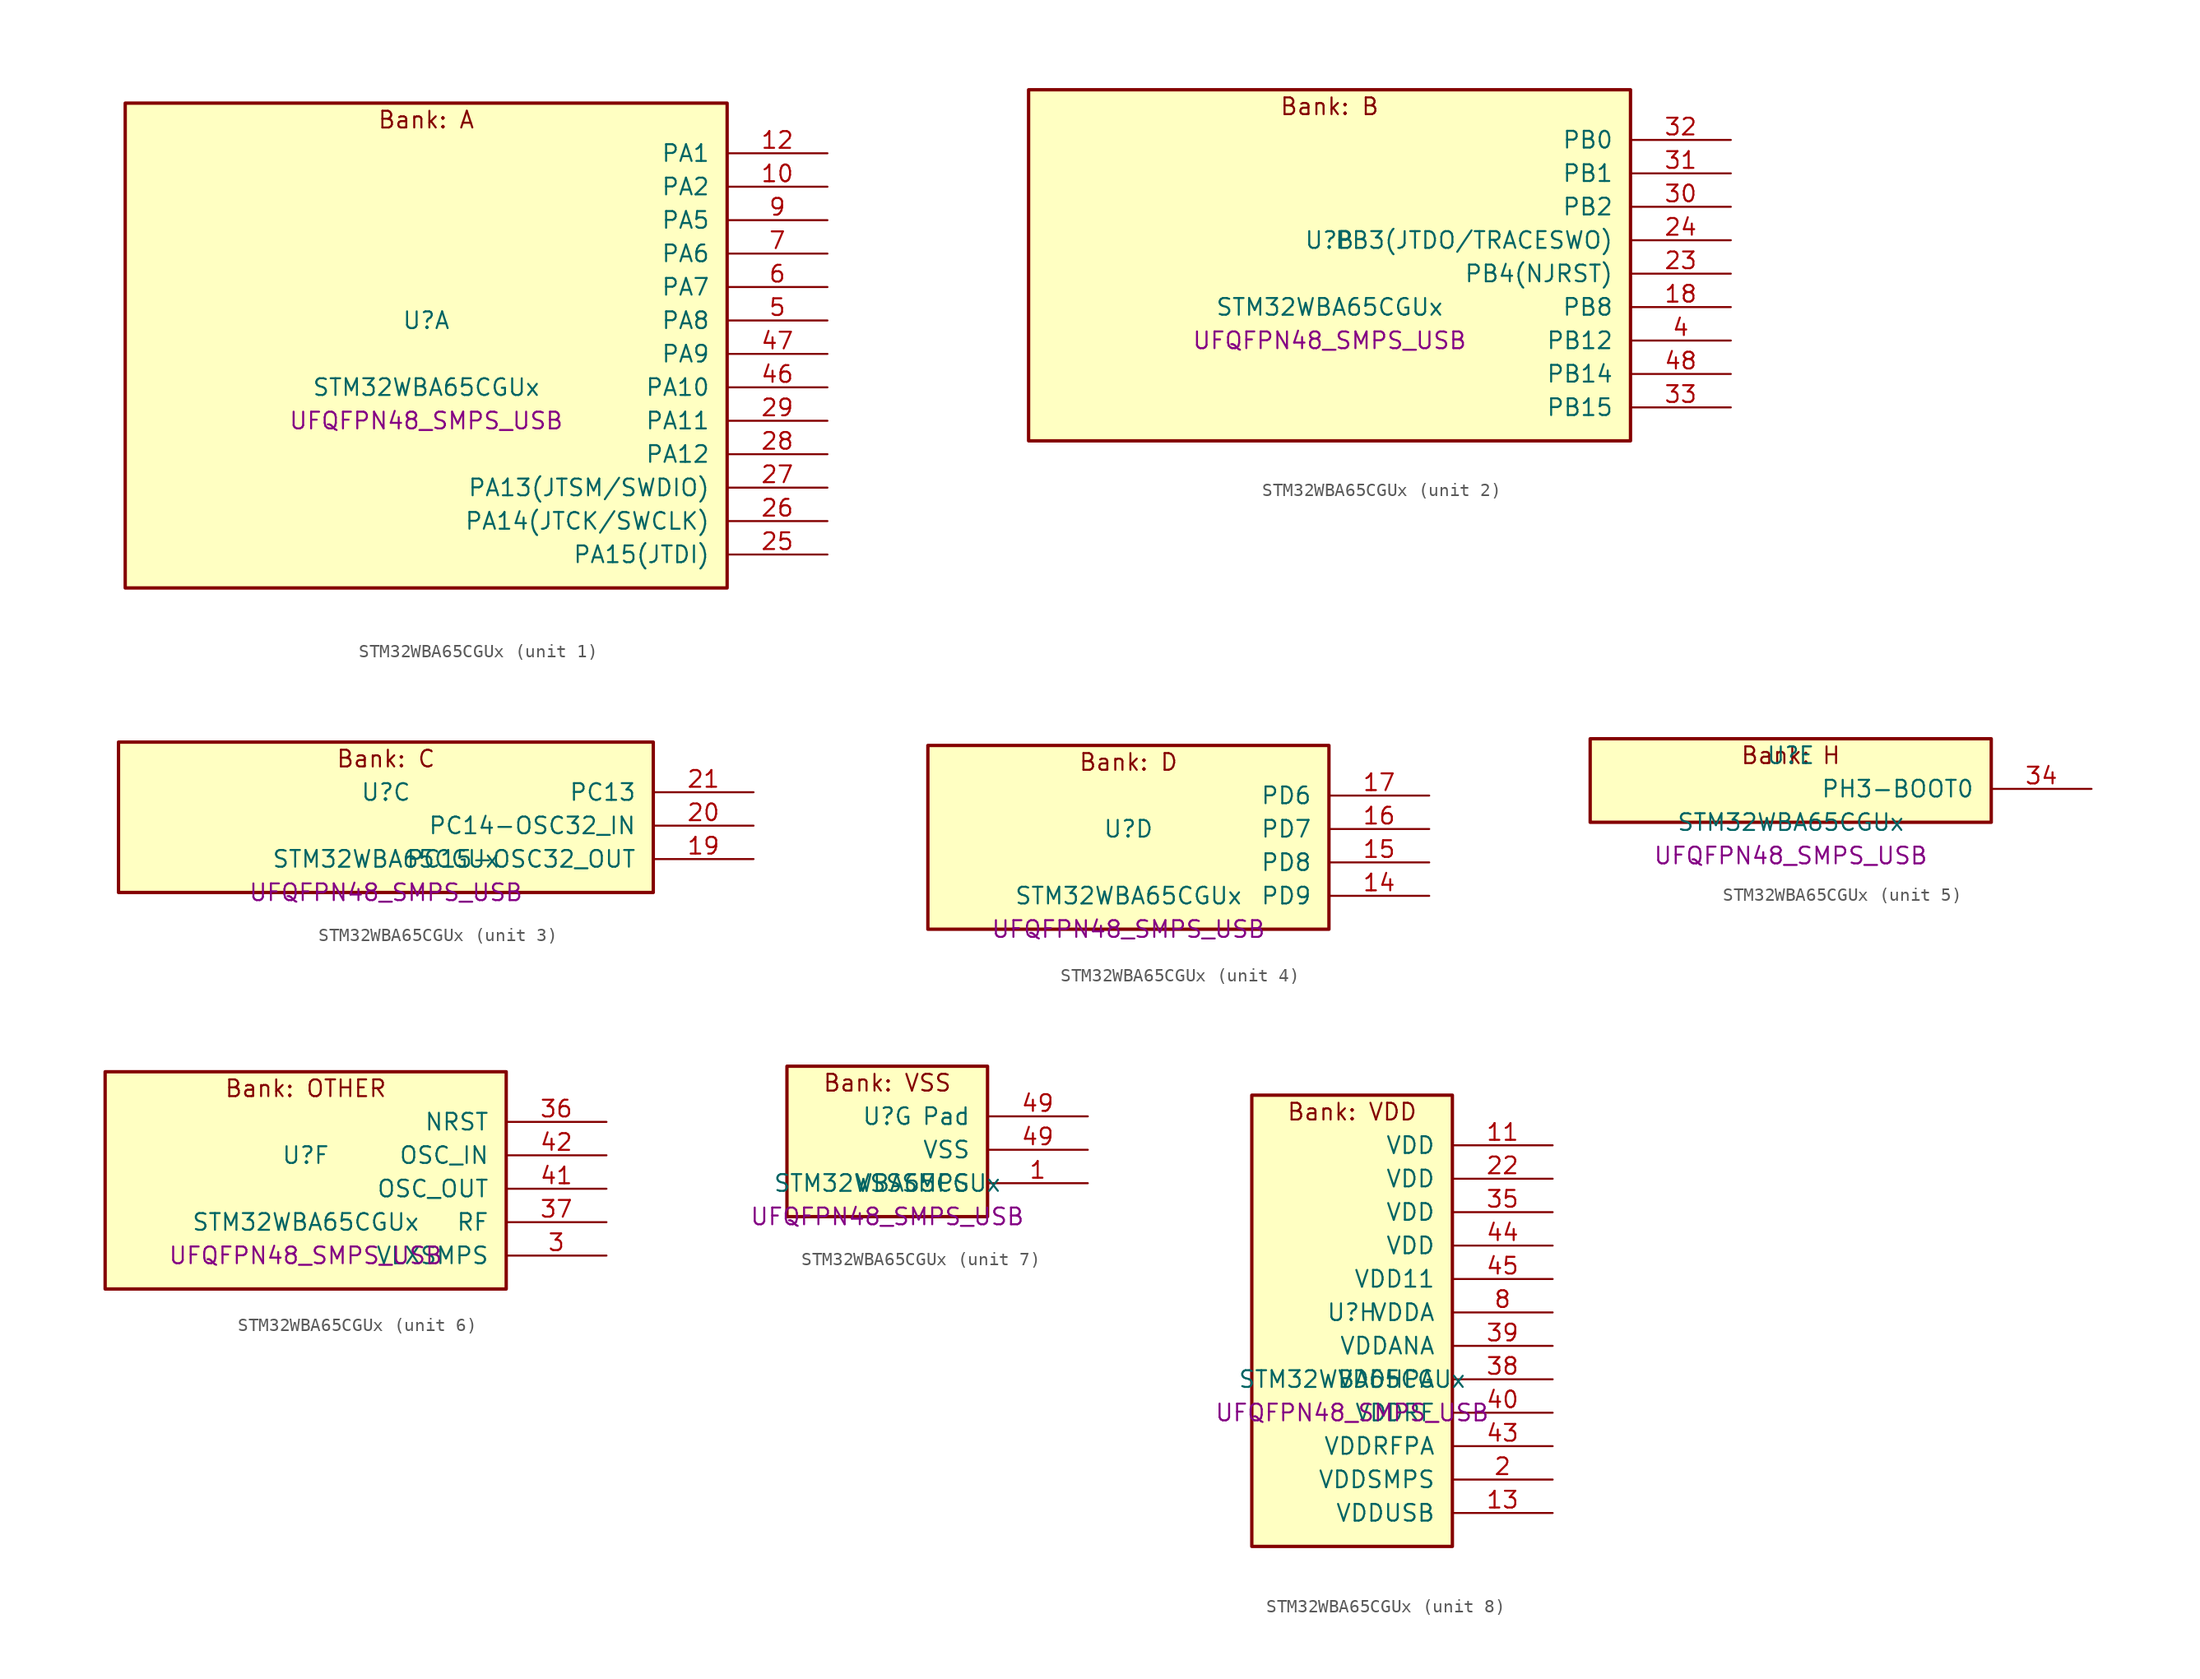
<source format=kicad_sym>
(kicad_symbol_lib
  (version 20241209)
  (generator "stm32_pkl_generator")
  (generator_version "1.0")
  (symbol "STM32WBA65CGUx"
    (pin_names
      (offset 1.27))
    (property "Reference" "U"
      (at 0 2.54 0))
    (property "Value" "STM32WBA65CGUx"
      (at 0 -2.54 0))
    (property "Footprint" "UFQFPN48_SMPS_USB"
      (at 0 -5.08 0))
    (symbol "STM32WBA65CGUx_1_1"
      (rectangle (start -22.86 19.05) (end 22.86 -17.78) (stroke (width 0.254) (type solid)) (fill (type background)))
      (text "Bank: A" (at 0 17.78 0))
      (pin bidirectional line (at 30.48 15.24 180) (length 7.62) (name "PA1") (number "12") (alternate "PA1/ADC4_IN8" bidirectional line) (alternate "PA1/COMP1_INM" bidirectional line) (alternate "PA1/LPTIM2_CH2" bidirectional line) (alternate "PA1/LPUART1_RX" bidirectional line) (alternate "PA1/PWR_WKUP3" bidirectional line) (alternate "PA1/SAI1_CK1" bidirectional line) (alternate "PA1/SPI1_RDY" bidirectional line) (alternate "PA1/SPI3_MISO" bidirectional line) (alternate "PA1/TIM17_CH1" bidirectional line) (alternate "PA1/TIM1_CH1N" bidirectional line) (alternate "PA1/TIM3_CH2" bidirectional line) (alternate "PA1/TSC_G2_IO1" bidirectional line) (alternate "PA1/USART1_CK" bidirectional line))
      (pin bidirectional line (at 30.48 12.7 180) (length 7.62) (name "PA2") (number "10") (alternate "PA2/ADC4_IN7" bidirectional line) (alternate "PA2/COMP1_INP" bidirectional line) (alternate "PA2/LPUART1_TX" bidirectional line) (alternate "PA2/PWR_WKUP4" bidirectional line) (alternate "PA2/RCC_LSCO" bidirectional line) (alternate "PA2/SAI1_D1" bidirectional line) (alternate "PA2/TIM16_CH1" bidirectional line) (alternate "PA2/TIM1_BKIN" bidirectional line) (alternate "PA2/TIM3_CH1" bidirectional line) (alternate "PA2/TSC_G4_IO4" bidirectional line) (alternate "PA2/USART1_DE" bidirectional line) (alternate "PA2/USART1_RTS" bidirectional line))
      (pin bidirectional line (at 30.48 10.16 180) (length 7.62) (name "PA5") (number "9") (alternate "PA5/ADC4_IN4" bidirectional line) (alternate "PA5/AUDIOCLK" bidirectional line) (alternate "PA5/LPTIM2_ETR" bidirectional line) (alternate "PA5/PWR_CSLEEP" bidirectional line) (alternate "PA5/PWR_WKUP6" bidirectional line) (alternate "PA5/SAI1_D2" bidirectional line) (alternate "PA5/SPI3_NSS" bidirectional line) (alternate "PA5/TIM2_CH1" bidirectional line) (alternate "PA5/TIM2_ETR" bidirectional line) (alternate "PA5/TSC_G1_IO4" bidirectional line) (alternate "PA5/USART1_CK" bidirectional line) (alternate "PA5/USART3_RX" bidirectional line))
      (pin bidirectional line (at 30.48 7.62 180) (length 7.62) (name "PA6") (number "7") (alternate "PA6/ADC4_IN3" bidirectional line) (alternate "PA6/I2C3_SCL" bidirectional line) (alternate "PA6/PWR_CSTOP" bidirectional line) (alternate "PA6/PWR_WKUP7" bidirectional line) (alternate "PA6/SAI1_CK2" bidirectional line) (alternate "PA6/SAI1_MCLK_A" bidirectional line) (alternate "PA6/SPI3_RDY" bidirectional line) (alternate "PA6/TIM2_CH4" bidirectional line) (alternate "PA6/TSC_G1_IO3" bidirectional line) (alternate "PA6/USART1_DE" bidirectional line) (alternate "PA6/USART1_RTS" bidirectional line) (alternate "PA6/USART3_CTS" bidirectional line))
      (pin bidirectional line (at 30.48 5.08 180) (length 7.62) (name "PA7") (number "6") (alternate "PA7/ADC4_IN2" bidirectional line) (alternate "PA7/COMP1_OUT" bidirectional line) (alternate "PA7/I2C3_SDA" bidirectional line) (alternate "PA7/PWR_WKUP8" bidirectional line) (alternate "PA7/SAI1_SCK_A" bidirectional line) (alternate "PA7/SPI3_SCK" bidirectional line) (alternate "PA7/TAMP_IN1" bidirectional line) (alternate "PA7/TAMP_OUT2" bidirectional line) (alternate "PA7/TIM2_CH3" bidirectional line) (alternate "PA7/TSC_G1_IO2" bidirectional line) (alternate "PA7/USART1_CTS" bidirectional line) (alternate "PA7/USART3_TX" bidirectional line))
      (pin bidirectional line (at 30.48 2.54 180) (length 7.62) (name "PA8") (number "5") (alternate "PA8/ADC4_IN1" bidirectional line) (alternate "PA8/LPTIM1_CH2" bidirectional line) (alternate "PA8/RCC_MCO" bidirectional line) (alternate "PA8/SAI1_FS_A" bidirectional line) (alternate "PA8/SPI3_RDY" bidirectional line) (alternate "PA8/TIM2_CH2" bidirectional line) (alternate "PA8/TSC_G1_IO1" bidirectional line) (alternate "PA8/USART1_RX" bidirectional line) (alternate "PA8/USB_OTG_HS_SOF" bidirectional line))
      (pin bidirectional line (at 30.48 0 180) (length 7.62) (name "PA9") (number "47") (alternate "PA9/LPUART1_DE" bidirectional line) (alternate "PA9/LPUART1_RTS" bidirectional line) (alternate "PA9/SAI1_CK1" bidirectional line) (alternate "PA9/TIM3_CH2" bidirectional line))
      (pin bidirectional line (at 30.48 -2.54 180) (length 7.62) (name "PA10") (number "46") (alternate "PA10/LPUART1_RX" bidirectional line) (alternate "PA10/SAI1_D1" bidirectional line) (alternate "PA10/TIM3_CH1" bidirectional line))
      (pin bidirectional line (at 30.48 -5.08 180) (length 7.62) (name "PA11") (number "29") (alternate "PA11/LPTIM2_CH1" bidirectional line) (alternate "PA11/RF_ANTSW1" bidirectional line) (alternate "PA11/TIM1_CH1" bidirectional line) (alternate "PA11/USART2_RX" bidirectional line))
      (pin bidirectional line (at 30.48 -7.62 180) (length 7.62) (name "PA12") (number "28") (alternate "PA12/PTA_STATUS" bidirectional line) (alternate "PA12/PWR_WKUP6" bidirectional line) (alternate "PA12/RF_ANTSW0" bidirectional line) (alternate "PA12/SPI1_NSS" bidirectional line) (alternate "PA12/TIM1_CH2" bidirectional line) (alternate "PA12/TSC_G3_IO4" bidirectional line) (alternate "PA12/USART2_TX" bidirectional line))
      (pin bidirectional line (at 30.48 -10.16 180) (length 7.62) (name "PA13(JTSM/SWDIO)") (number "27") (alternate "PA13(JTSM/SWDIO)/DEBUG_JTMS-SWDIO" bidirectional line) (alternate "PA13(JTSM/SWDIO)/PTA_PRIORITY" bidirectional line))
      (pin bidirectional line (at 30.48 -12.7 180) (length 7.62) (name "PA14(JTCK/SWCLK)") (number "26") (alternate "PA14(JTCK/SWCLK)/DEBUG_JTCK-SWCLK" bidirectional line) (alternate "PA14(JTCK/SWCLK)/PTA_STATUS" bidirectional line) (alternate "PA14(JTCK/SWCLK)/TAMP_IN3" bidirectional line) (alternate "PA14(JTCK/SWCLK)/TAMP_OUT6" bidirectional line) (alternate "PA14(JTCK/SWCLK)/USART2_TX" bidirectional line) (alternate "PA14(JTCK/SWCLK)/USB_OTG_HS_SOF" bidirectional line))
      (pin bidirectional line (at 30.48 -15.24 180) (length 7.62) (name "PA15(JTDI)") (number "25") (alternate "PA15(JTDI)/ADC4_EXTI15" bidirectional line) (alternate "PA15(JTDI)/DEBUG_JTDI" bidirectional line) (alternate "PA15(JTDI)/I2C1_SCL" bidirectional line) (alternate "PA15(JTDI)/LPTIM1_CH2" bidirectional line) (alternate "PA15(JTDI)/PTA_STATUS" bidirectional line) (alternate "PA15(JTDI)/SPI1_MOSI" bidirectional line) (alternate "PA15(JTDI)/TIM17_BKIN" bidirectional line) (alternate "PA15(JTDI)/TIM1_ETR" bidirectional line) (alternate "PA15(JTDI)/TSC_G3_IO3" bidirectional line) (alternate "PA15(JTDI)/USART2_DE" bidirectional line) (alternate "PA15(JTDI)/USART2_RTS" bidirectional line) (alternate "PA15(JTDI)/USART3_DE" bidirectional line) (alternate "PA15(JTDI)/USART3_RTS" bidirectional line)))
    (symbol "STM32WBA65CGUx_2_1"
      (rectangle (start -22.86 13.97) (end 22.86 -12.7) (stroke (width 0.254) (type solid)) (fill (type background)))
      (text "Bank: B" (at 0 12.7 0))
      (pin bidirectional line (at 30.48 10.16 180) (length 7.62) (name "PB0") (number "32") (alternate "PB0/LPTIM2_IN2" bidirectional line) (alternate "PB0/TIM1_CH3N" bidirectional line) (alternate "PB0/USART2_TX" bidirectional line) (alternate "PB0/USART3_CK" bidirectional line))
      (pin bidirectional line (at 30.48 7.62 180) (length 7.62) (name "PB1") (number "31") (alternate "PB1/I2C1_SDA" bidirectional line) (alternate "PB1/I2C3_SDA" bidirectional line) (alternate "PB1/PWR_WKUP4" bidirectional line) (alternate "PB1/TIM1_CH2N" bidirectional line) (alternate "PB1/USART2_DE" bidirectional line) (alternate "PB1/USART2_RTS" bidirectional line) (alternate "PB1/USART3_DE" bidirectional line) (alternate "PB1/USART3_RTS" bidirectional line))
      (pin bidirectional line (at 30.48 5.08 180) (length 7.62) (name "PB2") (number "30") (alternate "PB2/I2C1_SCL" bidirectional line) (alternate "PB2/I2C3_SCL" bidirectional line) (alternate "PB2/PWR_WKUP1" bidirectional line) (alternate "PB2/RF_ANTSW2" bidirectional line) (alternate "PB2/RTC_OUT2" bidirectional line) (alternate "PB2/TIM1_CH1N" bidirectional line) (alternate "PB2/USART2_CTS" bidirectional line))
      (pin bidirectional line (at 30.48 2.54 180) (length 7.62) (name "PB3(JTDO/TRACESWO)") (number "24") (alternate "PB3(JTDO/TRACESWO)/DEBUG_JTDO-SWO" bidirectional line) (alternate "PB3(JTDO/TRACESWO)/I2C1_SDA" bidirectional line) (alternate "PB3(JTDO/TRACESWO)/LPTIM1_IN2" bidirectional line) (alternate "PB3(JTDO/TRACESWO)/PTA_ACTIVE" bidirectional line) (alternate "PB3(JTDO/TRACESWO)/SPI1_MISO" bidirectional line) (alternate "PB3(JTDO/TRACESWO)/TIM17_CH1N" bidirectional line) (alternate "PB3(JTDO/TRACESWO)/TIM1_CH4" bidirectional line) (alternate "PB3(JTDO/TRACESWO)/TSC_G3_IO2" bidirectional line) (alternate "PB3(JTDO/TRACESWO)/USART2_CK" bidirectional line))
      (pin bidirectional line (at 30.48 0 180) (length 7.62) (name "PB4(NJRST)") (number "23") (alternate "PB4(NJRST)/DEBUG_NJTRST" bidirectional line) (alternate "PB4(NJRST)/LPTIM2_IN2" bidirectional line) (alternate "PB4(NJRST)/PTA_ACTIVE" bidirectional line) (alternate "PB4(NJRST)/PTA_PRIORITY" bidirectional line) (alternate "PB4(NJRST)/SAI1_MCLK_B" bidirectional line) (alternate "PB4(NJRST)/SPI1_SCK" bidirectional line) (alternate "PB4(NJRST)/TIM17_CH1" bidirectional line) (alternate "PB4(NJRST)/TIM1_CH3" bidirectional line) (alternate "PB4(NJRST)/TSC_G3_IO1" bidirectional line) (alternate "PB4(NJRST)/USART2_RX" bidirectional line))
      (pin bidirectional line (at 30.48 -2.54 180) (length 7.62) (name "PB8") (number "18") (alternate "PB8/COMP1_OUT" bidirectional line) (alternate "PB8/LPTIM1_ETR" bidirectional line) (alternate "PB8/PWR_PVD_IN" bidirectional line) (alternate "PB8/SPI3_MOSI" bidirectional line) (alternate "PB8/TIM16_CH1N" bidirectional line) (alternate "PB8/TIM1_CH1" bidirectional line) (alternate "PB8/TIM3_ETR" bidirectional line) (alternate "PB8/TIM4_CH3" bidirectional line) (alternate "PB8/TSC_G2_IO4" bidirectional line) (alternate "PB8/USART2_RX" bidirectional line))
      (pin bidirectional line (at 30.48 -5.08 180) (length 7.62) (name "PB12") (number "4") (alternate "PB12/SAI1_SD_A" bidirectional line) (alternate "PB12/SPI1_RDY" bidirectional line) (alternate "PB12/TIM2_CH1" bidirectional line) (alternate "PB12/TIM2_ETR" bidirectional line) (alternate "PB12/TIM3_ETR" bidirectional line) (alternate "PB12/TSC_SYNC" bidirectional line) (alternate "PB12/USART1_TX" bidirectional line) (alternate "PB12/USART3_CK" bidirectional line))
      (pin bidirectional line (at 30.48 -7.62 180) (length 7.62) (name "PB14") (number "48") (alternate "PB14/PWR_WKUP7" bidirectional line) (alternate "PB14/RTC_REFIN" bidirectional line) (alternate "PB14/SAI1_SD_A" bidirectional line) (alternate "PB14/TIM3_CH3" bidirectional line) (alternate "PB14/TSC_G6_IO1" bidirectional line) (alternate "PB14/USART1_TX" bidirectional line) (alternate "PB14/USART3_DE" bidirectional line) (alternate "PB14/USART3_RTS" bidirectional line))
      (pin bidirectional line (at 30.48 -10.16 180) (length 7.62) (name "PB15") (number "33") (alternate "PB15/ADC4_EXTI15" bidirectional line) (alternate "PB15/I2C1_SMBA" bidirectional line) (alternate "PB15/I2C3_SMBA" bidirectional line) (alternate "PB15/LPUART1_CTS" bidirectional line) (alternate "PB15/PTA_GRANT" bidirectional line) (alternate "PB15/RF_EXTPABYP" bidirectional line) (alternate "PB15/TIM16_BKIN" bidirectional line) (alternate "PB15/TIM1_BKIN2" bidirectional line) (alternate "PB15/USART2_CTS" bidirectional line)))
    (symbol "STM32WBA65CGUx_3_1"
      (rectangle (start -20.32 6.35) (end 20.32 -5.08) (stroke (width 0.254) (type solid)) (fill (type background)))
      (text "Bank: C" (at 0 5.08 0))
      (pin bidirectional line (at 27.94 2.54 180) (length 7.62) (name "PC13") (number "21") (alternate "PC13/PWR_WKUP2" bidirectional line) (alternate "PC13/RTC_OUT1" bidirectional line) (alternate "PC13/RTC_TS" bidirectional line) (alternate "PC13/TAMP_IN4" bidirectional line) (alternate "PC13/TAMP_OUT5" bidirectional line) (alternate "PC13/TIM1_BKIN2" bidirectional line) (alternate "PC13/TSC_G5_IO1" bidirectional line))
      (pin bidirectional line (at 27.94 0 180) (length 7.62) (name "PC14-OSC32_IN") (number "20") (alternate "PC14-OSC32_IN/RCC_OSC32_IN" bidirectional line))
      (pin bidirectional line (at 27.94 -2.54 180) (length 7.62) (name "PC15-OSC32_OUT") (number "19") (alternate "PC15-OSC32_OUT/ADC4_EXTI15" bidirectional line) (alternate "PC15-OSC32_OUT/RCC_OSC32_OUT" bidirectional line)))
    (symbol "STM32WBA65CGUx_4_1"
      (rectangle (start -15.24 8.89) (end 15.24 -5.08) (stroke (width 0.254) (type solid)) (fill (type background)))
      (text "Bank: D" (at 0 7.62 0))
      (pin bidirectional line (at 22.86 5.08 180) (length 7.62) (name "PD6") (number "17") (alternate "PD6/USB_OTG_HS_DP" bidirectional line))
      (pin bidirectional line (at 22.86 2.54 180) (length 7.62) (name "PD7") (number "16") (alternate "PD7/USB_OTG_HS_DM" bidirectional line))
      (pin bidirectional line (at 22.86 0 180) (length 7.62) (name "PD8") (number "15") (alternate "PD8/USART2_CK" bidirectional line) (alternate "PD8/USB_OTG_HS_ID" bidirectional line))
      (pin bidirectional line (at 22.86 -2.54 180) (length 7.62) (name "PD9") (number "14") (alternate "PD9/USART2_TX" bidirectional line) (alternate "PD9/USART3_TX" bidirectional line) (alternate "PD9/USB_OTG_HS_VBUS" bidirectional line)))
    (symbol "STM32WBA65CGUx_5_1"
      (rectangle (start -15.24 3.81) (end 15.24 -2.54) (stroke (width 0.254) (type solid)) (fill (type background)))
      (text "Bank: H" (at 0 2.54 0))
      (pin bidirectional line (at 22.86 0 180) (length 7.62) (name "PH3-BOOT0") (number "34") (alternate "PH3-BOOT0/PTA_GRANT" bidirectional line) (alternate "PH3-BOOT0/RF_EXTPABYP" bidirectional line) (alternate "PH3-BOOT0/TAMP_IN2" bidirectional line) (alternate "PH3-BOOT0/TAMP_OUT1" bidirectional line)))
    (symbol "STM32WBA65CGUx_6_1"
      (rectangle (start -15.24 8.89) (end 15.24 -7.62) (stroke (width 0.254) (type solid)) (fill (type background)))
      (text "Bank: OTHER" (at 0 7.62 0))
      (pin input line (at 22.86 5.08 180) (length 7.62) (name "NRST") (number "36"))
      (pin bidirectional line (at 22.86 2.54 180) (length 7.62) (name "OSC_IN") (number "42") (alternate "OSC_IN/RCC_OSC_IN" bidirectional line))
      (pin bidirectional line (at 22.86 0 180) (length 7.62) (name "OSC_OUT") (number "41") (alternate "OSC_OUT/RCC_OSC_OUT" bidirectional line))
      (pin bidirectional line (at 22.86 -2.54 180) (length 7.62) (name "RF") (number "37"))
      (pin power_in line (at 22.86 -5.08 180) (length 7.62) (name "VLXSMPS") (number "3")))
    (symbol "STM32WBA65CGUx_7_1"
      (rectangle (start -7.62 6.35) (end 7.62 -5.08) (stroke (width 0.254) (type solid)) (fill (type background)))
      (text "Bank: VSS" (at 0 5.08 0))
      (pin passive line (at 15.24 2.54 180) (length 7.62) (name "Pad") (number "49"))
      (pin power_in line (at 15.24 0 180) (length 7.62) (name "VSS") (number "49"))
      (pin power_in line (at 15.24 -2.54 180) (length 7.62) (name "VSSSMPS") (number "1")))
    (symbol "STM32WBA65CGUx_8_1"
      (rectangle (start -7.62 19.05) (end 7.62 -15.24) (stroke (width 0.254) (type solid)) (fill (type background)))
      (text "Bank: VDD" (at 0 17.78 0))
      (pin power_in line (at 15.24 15.24 180) (length 7.62) (name "VDD") (number "11"))
      (pin power_in line (at 15.24 12.7 180) (length 7.62) (name "VDD") (number "22"))
      (pin power_in line (at 15.24 10.16 180) (length 7.62) (name "VDD") (number "35"))
      (pin power_in line (at 15.24 7.62 180) (length 7.62) (name "VDD") (number "44"))
      (pin power_in line (at 15.24 5.08 180) (length 7.62) (name "VDD11") (number "45"))
      (pin power_in line (at 15.24 2.54 180) (length 7.62) (name "VDDA") (number "8"))
      (pin power_in line (at 15.24 0 180) (length 7.62) (name "VDDANA") (number "39"))
      (pin power_in line (at 15.24 -2.54 180) (length 7.62) (name "VDDHPA") (number "38"))
      (pin power_in line (at 15.24 -5.08 180) (length 7.62) (name "VDDRF") (number "40"))
      (pin power_in line (at 15.24 -7.62 180) (length 7.62) (name "VDDRFPA") (number "43"))
      (pin power_in line (at 15.24 -10.16 180) (length 7.62) (name "VDDSMPS") (number "2"))
      (pin power_in line (at 15.24 -12.7 180) (length 7.62) (name "VDDUSB") (number "13")))))
</source>
